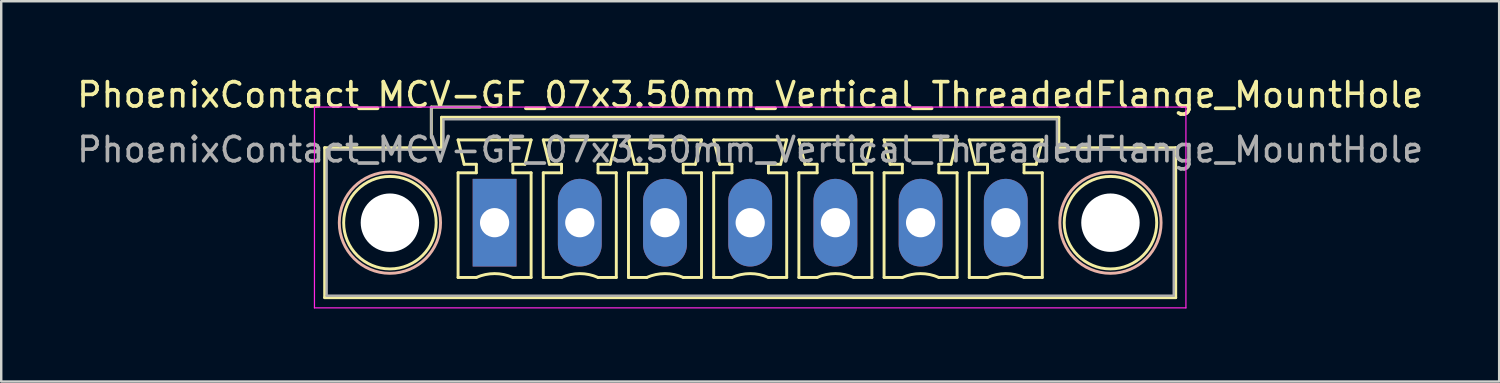
<source format=kicad_pcb>
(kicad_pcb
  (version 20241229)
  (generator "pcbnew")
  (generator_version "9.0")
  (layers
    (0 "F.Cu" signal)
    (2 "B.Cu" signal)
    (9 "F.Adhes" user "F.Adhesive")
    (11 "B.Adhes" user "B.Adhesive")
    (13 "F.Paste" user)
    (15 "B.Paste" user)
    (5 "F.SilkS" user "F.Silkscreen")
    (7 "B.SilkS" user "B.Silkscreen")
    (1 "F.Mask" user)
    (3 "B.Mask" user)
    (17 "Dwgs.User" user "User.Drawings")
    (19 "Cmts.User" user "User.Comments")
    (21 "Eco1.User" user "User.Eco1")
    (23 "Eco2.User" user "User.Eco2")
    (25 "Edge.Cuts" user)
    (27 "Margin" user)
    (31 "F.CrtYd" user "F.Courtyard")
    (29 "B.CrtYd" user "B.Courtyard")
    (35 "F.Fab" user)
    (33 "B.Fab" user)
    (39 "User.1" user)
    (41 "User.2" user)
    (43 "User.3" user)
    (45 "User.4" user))
  (footprint "PhoenixContact_MCV-GF_07x3.50mm_Vertical_ThreadedFlange_MountHole"
    (layer "F.Cu")
    (at 17.268 6.098)
    (property "Reference" "PhoenixContact_MCV-GF_07x3.50mm_Vertical_ThreadedFlange_MountHole" (at 10.5 -5.25 0) (layer "F.SilkS") (effects (font (size 1 1) (thickness 0.15))))
    (attr through_hole)
    (fp_line (start -6.98 -3.08) (end -6.98 3.08) (stroke (width 0.12) (type solid)) (layer "F.SilkS"))
    (fp_line (start -6.98 3.08) (end 27.98 3.08) (stroke (width 0.12) (type solid)) (layer "F.SilkS"))
    (fp_line (start -2.6 -4.75) (end -0.6 -4.75) (stroke (width 0.12) (type solid)) (layer "F.SilkS"))
    (fp_line (start -2.6 -3.5) (end -2.6 -4.75) (stroke (width 0.12) (type solid)) (layer "F.SilkS"))
    (fp_line (start -2.18 -4.33) (end -2.18 -3.08) (stroke (width 0.12) (type solid)) (layer "F.SilkS"))
    (fp_line (start -2.18 -3.08) (end -6.98 -3.08) (stroke (width 0.12) (type solid)) (layer "F.SilkS"))
    (fp_line (start -1.5 -3.4) (end 1.5 -3.4) (stroke (width 0.12) (type solid)) (layer "F.SilkS"))
    (fp_line (start -1.5 -2.05) (end -0.75 -2.05) (stroke (width 0.12) (type solid)) (layer "F.SilkS"))
    (fp_line (start -1.5 2.25) (end -1.5 -2.05) (stroke (width 0.12) (type solid)) (layer "F.SilkS"))
    (fp_line (start -1.25 -2.4) (end -1.5 -3.4) (stroke (width 0.12) (type solid)) (layer "F.SilkS"))
    (fp_line (start -0.75 -2.4) (end -1.25 -2.4) (stroke (width 0.12) (type solid)) (layer "F.SilkS"))
    (fp_line (start -0.75 -2.05) (end -0.75 -2.4) (stroke (width 0.12) (type solid)) (layer "F.SilkS"))
    (fp_line (start -0.75 2.25) (end -1.5 2.25) (stroke (width 0.12) (type solid)) (layer "F.SilkS"))
    (fp_line (start 0.75 -2.4) (end 0.75 -2.05) (stroke (width 0.12) (type solid)) (layer "F.SilkS"))
    (fp_line (start 0.75 -2.05) (end 1.5 -2.05) (stroke (width 0.12) (type solid)) (layer "F.SilkS"))
    (fp_line (start 1.25 -2.4) (end 0.75 -2.4) (stroke (width 0.12) (type solid)) (layer "F.SilkS"))
    (fp_line (start 1.5 -3.4) (end 1.25 -2.4) (stroke (width 0.12) (type solid)) (layer "F.SilkS"))
    (fp_line (start 1.5 -2.05) (end 1.5 2.25) (stroke (width 0.12) (type solid)) (layer "F.SilkS"))
    (fp_line (start 1.5 2.25) (end 0.75 2.25) (stroke (width 0.12) (type solid)) (layer "F.SilkS"))
    (fp_line (start 2 -3.4) (end 5 -3.4) (stroke (width 0.12) (type solid)) (layer "F.SilkS"))
    (fp_line (start 2 -2.05) (end 2.75 -2.05) (stroke (width 0.12) (type solid)) (layer "F.SilkS"))
    (fp_line (start 2 2.25) (end 2 -2.05) (stroke (width 0.12) (type solid)) (layer "F.SilkS"))
    (fp_line (start 2.25 -2.4) (end 2 -3.4) (stroke (width 0.12) (type solid)) (layer "F.SilkS"))
    (fp_line (start 2.75 -2.4) (end 2.25 -2.4) (stroke (width 0.12) (type solid)) (layer "F.SilkS"))
    (fp_line (start 2.75 -2.05) (end 2.75 -2.4) (stroke (width 0.12) (type solid)) (layer "F.SilkS"))
    (fp_line (start 2.75 2.25) (end 2 2.25) (stroke (width 0.12) (type solid)) (layer "F.SilkS"))
    (fp_line (start 4.25 -2.4) (end 4.25 -2.05) (stroke (width 0.12) (type solid)) (layer "F.SilkS"))
    (fp_line (start 4.25 -2.05) (end 5 -2.05) (stroke (width 0.12) (type solid)) (layer "F.SilkS"))
    (fp_line (start 4.75 -2.4) (end 4.25 -2.4) (stroke (width 0.12) (type solid)) (layer "F.SilkS"))
    (fp_line (start 5 -3.4) (end 4.75 -2.4) (stroke (width 0.12) (type solid)) (layer "F.SilkS"))
    (fp_line (start 5 -2.05) (end 5 2.25) (stroke (width 0.12) (type solid)) (layer "F.SilkS"))
    (fp_line (start 5 2.25) (end 4.25 2.25) (stroke (width 0.12) (type solid)) (layer "F.SilkS"))
    (fp_line (start 5.5 -3.4) (end 8.5 -3.4) (stroke (width 0.12) (type solid)) (layer "F.SilkS"))
    (fp_line (start 5.5 -2.05) (end 6.25 -2.05) (stroke (width 0.12) (type solid)) (layer "F.SilkS"))
    (fp_line (start 5.5 2.25) (end 5.5 -2.05) (stroke (width 0.12) (type solid)) (layer "F.SilkS"))
    (fp_line (start 5.75 -2.4) (end 5.5 -3.4) (stroke (width 0.12) (type solid)) (layer "F.SilkS"))
    (fp_line (start 6.25 -2.4) (end 5.75 -2.4) (stroke (width 0.12) (type solid)) (layer "F.SilkS"))
    (fp_line (start 6.25 -2.05) (end 6.25 -2.4) (stroke (width 0.12) (type solid)) (layer "F.SilkS"))
    (fp_line (start 6.25 2.25) (end 5.5 2.25) (stroke (width 0.12) (type solid)) (layer "F.SilkS"))
    (fp_line (start 7.75 -2.4) (end 7.75 -2.05) (stroke (width 0.12) (type solid)) (layer "F.SilkS"))
    (fp_line (start 7.75 -2.05) (end 8.5 -2.05) (stroke (width 0.12) (type solid)) (layer "F.SilkS"))
    (fp_line (start 8.25 -2.4) (end 7.75 -2.4) (stroke (width 0.12) (type solid)) (layer "F.SilkS"))
    (fp_line (start 8.5 -3.4) (end 8.25 -2.4) (stroke (width 0.12) (type solid)) (layer "F.SilkS"))
    (fp_line (start 8.5 -2.05) (end 8.5 2.25) (stroke (width 0.12) (type solid)) (layer "F.SilkS"))
    (fp_line (start 8.5 2.25) (end 7.75 2.25) (stroke (width 0.12) (type solid)) (layer "F.SilkS"))
    (fp_line (start 9 -3.4) (end 12 -3.4) (stroke (width 0.12) (type solid)) (layer "F.SilkS"))
    (fp_line (start 9 -2.05) (end 9.75 -2.05) (stroke (width 0.12) (type solid)) (layer "F.SilkS"))
    (fp_line (start 9 2.25) (end 9 -2.05) (stroke (width 0.12) (type solid)) (layer "F.SilkS"))
    (fp_line (start 9.25 -2.4) (end 9 -3.4) (stroke (width 0.12) (type solid)) (layer "F.SilkS"))
    (fp_line (start 9.75 -2.4) (end 9.25 -2.4) (stroke (width 0.12) (type solid)) (layer "F.SilkS"))
    (fp_line (start 9.75 -2.05) (end 9.75 -2.4) (stroke (width 0.12) (type solid)) (layer "F.SilkS"))
    (fp_line (start 9.75 2.25) (end 9 2.25) (stroke (width 0.12) (type solid)) (layer "F.SilkS"))
    (fp_line (start 11.25 -2.4) (end 11.25 -2.05) (stroke (width 0.12) (type solid)) (layer "F.SilkS"))
    (fp_line (start 11.25 -2.05) (end 12 -2.05) (stroke (width 0.12) (type solid)) (layer "F.SilkS"))
    (fp_line (start 11.75 -2.4) (end 11.25 -2.4) (stroke (width 0.12) (type solid)) (layer "F.SilkS"))
    (fp_line (start 12 -3.4) (end 11.75 -2.4) (stroke (width 0.12) (type solid)) (layer "F.SilkS"))
    (fp_line (start 12 -2.05) (end 12 2.25) (stroke (width 0.12) (type solid)) (layer "F.SilkS"))
    (fp_line (start 12 2.25) (end 11.25 2.25) (stroke (width 0.12) (type solid)) (layer "F.SilkS"))
    (fp_line (start 12.5 -3.4) (end 15.5 -3.4) (stroke (width 0.12) (type solid)) (layer "F.SilkS"))
    (fp_line (start 12.5 -2.05) (end 13.25 -2.05) (stroke (width 0.12) (type solid)) (layer "F.SilkS"))
    (fp_line (start 12.5 2.25) (end 12.5 -2.05) (stroke (width 0.12) (type solid)) (layer "F.SilkS"))
    (fp_line (start 12.75 -2.4) (end 12.5 -3.4) (stroke (width 0.12) (type solid)) (layer "F.SilkS"))
    (fp_line (start 13.25 -2.4) (end 12.75 -2.4) (stroke (width 0.12) (type solid)) (layer "F.SilkS"))
    (fp_line (start 13.25 -2.05) (end 13.25 -2.4) (stroke (width 0.12) (type solid)) (layer "F.SilkS"))
    (fp_line (start 13.25 2.25) (end 12.5 2.25) (stroke (width 0.12) (type solid)) (layer "F.SilkS"))
    (fp_line (start 14.75 -2.4) (end 14.75 -2.05) (stroke (width 0.12) (type solid)) (layer "F.SilkS"))
    (fp_line (start 14.75 -2.05) (end 15.5 -2.05) (stroke (width 0.12) (type solid)) (layer "F.SilkS"))
    (fp_line (start 15.25 -2.4) (end 14.75 -2.4) (stroke (width 0.12) (type solid)) (layer "F.SilkS"))
    (fp_line (start 15.5 -3.4) (end 15.25 -2.4) (stroke (width 0.12) (type solid)) (layer "F.SilkS"))
    (fp_line (start 15.5 -2.05) (end 15.5 2.25) (stroke (width 0.12) (type solid)) (layer "F.SilkS"))
    (fp_line (start 15.5 2.25) (end 14.75 2.25) (stroke (width 0.12) (type solid)) (layer "F.SilkS"))
    (fp_line (start 16 -3.4) (end 19 -3.4) (stroke (width 0.12) (type solid)) (layer "F.SilkS"))
    (fp_line (start 16 -2.05) (end 16.75 -2.05) (stroke (width 0.12) (type solid)) (layer "F.SilkS"))
    (fp_line (start 16 2.25) (end 16 -2.05) (stroke (width 0.12) (type solid)) (layer "F.SilkS"))
    (fp_line (start 16.25 -2.4) (end 16 -3.4) (stroke (width 0.12) (type solid)) (layer "F.SilkS"))
    (fp_line (start 16.75 -2.4) (end 16.25 -2.4) (stroke (width 0.12) (type solid)) (layer "F.SilkS"))
    (fp_line (start 16.75 -2.05) (end 16.75 -2.4) (stroke (width 0.12) (type solid)) (layer "F.SilkS"))
    (fp_line (start 16.75 2.25) (end 16 2.25) (stroke (width 0.12) (type solid)) (layer "F.SilkS"))
    (fp_line (start 18.25 -2.4) (end 18.25 -2.05) (stroke (width 0.12) (type solid)) (layer "F.SilkS"))
    (fp_line (start 18.25 -2.05) (end 19 -2.05) (stroke (width 0.12) (type solid)) (layer "F.SilkS"))
    (fp_line (start 18.75 -2.4) (end 18.25 -2.4) (stroke (width 0.12) (type solid)) (layer "F.SilkS"))
    (fp_line (start 19 -3.4) (end 18.75 -2.4) (stroke (width 0.12) (type solid)) (layer "F.SilkS"))
    (fp_line (start 19 -2.05) (end 19 2.25) (stroke (width 0.12) (type solid)) (layer "F.SilkS"))
    (fp_line (start 19 2.25) (end 18.25 2.25) (stroke (width 0.12) (type solid)) (layer "F.SilkS"))
    (fp_line (start 19.5 -3.4) (end 22.5 -3.4) (stroke (width 0.12) (type solid)) (layer "F.SilkS"))
    (fp_line (start 19.5 -2.05) (end 20.25 -2.05) (stroke (width 0.12) (type solid)) (layer "F.SilkS"))
    (fp_line (start 19.5 2.25) (end 19.5 -2.05) (stroke (width 0.12) (type solid)) (layer "F.SilkS"))
    (fp_line (start 19.75 -2.4) (end 19.5 -3.4) (stroke (width 0.12) (type solid)) (layer "F.SilkS"))
    (fp_line (start 20.25 -2.4) (end 19.75 -2.4) (stroke (width 0.12) (type solid)) (layer "F.SilkS"))
    (fp_line (start 20.25 -2.05) (end 20.25 -2.4) (stroke (width 0.12) (type solid)) (layer "F.SilkS"))
    (fp_line (start 20.25 2.25) (end 19.5 2.25) (stroke (width 0.12) (type solid)) (layer "F.SilkS"))
    (fp_line (start 21.75 -2.4) (end 21.75 -2.05) (stroke (width 0.12) (type solid)) (layer "F.SilkS"))
    (fp_line (start 21.75 -2.05) (end 22.5 -2.05) (stroke (width 0.12) (type solid)) (layer "F.SilkS"))
    (fp_line (start 22.25 -2.4) (end 21.75 -2.4) (stroke (width 0.12) (type solid)) (layer "F.SilkS"))
    (fp_line (start 22.5 -3.4) (end 22.25 -2.4) (stroke (width 0.12) (type solid)) (layer "F.SilkS"))
    (fp_line (start 22.5 -2.05) (end 22.5 2.25) (stroke (width 0.12) (type solid)) (layer "F.SilkS"))
    (fp_line (start 22.5 2.25) (end 21.75 2.25) (stroke (width 0.12) (type solid)) (layer "F.SilkS"))
    (fp_line (start 23.18 -4.33) (end -2.18 -4.33) (stroke (width 0.12) (type solid)) (layer "F.SilkS"))
    (fp_line (start 23.18 -3.08) (end 23.18 -4.33) (stroke (width 0.12) (type solid)) (layer "F.SilkS"))
    (fp_line (start 27.98 -3.08) (end 23.18 -3.08) (stroke (width 0.12) (type solid)) (layer "F.SilkS"))
    (fp_line (start 27.98 3.08) (end 27.98 -3.08) (stroke (width 0.12) (type solid)) (layer "F.SilkS"))
    (fp_arc (start -0.75 2.25) (mid -0.000193 2.09191) (end 0.749647 2.249844) (stroke (width 0.12) (type solid)) (layer "F.SilkS"))
    (fp_arc (start 2.75 2.25) (mid 3.499807 2.09191) (end 4.249647 2.249844) (stroke (width 0.12) (type solid)) (layer "F.SilkS"))
    (fp_arc (start 6.25 2.25) (mid 6.999807 2.09191) (end 7.749647 2.249844) (stroke (width 0.12) (type solid)) (layer "F.SilkS"))
    (fp_arc (start 9.75 2.25) (mid 10.499807 2.09191) (end 11.249647 2.249844) (stroke (width 0.12) (type solid)) (layer "F.SilkS"))
    (fp_arc (start 13.25 2.25) (mid 13.999807 2.09191) (end 14.749647 2.249844) (stroke (width 0.12) (type solid)) (layer "F.SilkS"))
    (fp_arc (start 16.75 2.25) (mid 17.499807 2.09191) (end 18.249647 2.249844) (stroke (width 0.12) (type solid)) (layer "F.SilkS"))
    (fp_arc (start 20.25 2.25) (mid 20.999807 2.09191) (end 21.749647 2.249844) (stroke (width 0.12) (type solid)) (layer "F.SilkS"))
    (fp_circle (center -4.3 0) (end -2.4 0) (stroke (width 0.12) (type solid)) (fill no) (layer "F.SilkS"))
    (fp_circle (center 25.3 0) (end 27.2 0) (stroke (width 0.12) (type solid)) (fill no) (layer "F.SilkS"))
    (fp_circle (center -4.3 0) (end -2.22 0) (stroke (width 0.12) (type solid)) (fill no) (layer "B.SilkS"))
    (fp_circle (center 25.3 0) (end 27.38 0) (stroke (width 0.12) (type solid)) (fill no) (layer "B.SilkS"))
    (fp_line (start -7.4 -4.75) (end -7.4 3.5) (stroke (width 0.05) (type solid)) (layer "F.CrtYd"))
    (fp_line (start -7.4 3.5) (end 28.4 3.5) (stroke (width 0.05) (type solid)) (layer "F.CrtYd"))
    (fp_line (start 28.4 -4.75) (end -7.4 -4.75) (stroke (width 0.05) (type solid)) (layer "F.CrtYd"))
    (fp_line (start 28.4 3.5) (end 28.4 -4.75) (stroke (width 0.05) (type solid)) (layer "F.CrtYd"))
    (fp_line (start -6.9 -3) (end -6.9 3) (stroke (width 0.1) (type solid)) (layer "F.Fab"))
    (fp_line (start -6.9 3) (end 27.9 3) (stroke (width 0.1) (type solid)) (layer "F.Fab"))
    (fp_line (start -2.6 -4.75) (end -0.6 -4.75) (stroke (width 0.1) (type solid)) (layer "F.Fab"))
    (fp_line (start -2.6 -3.5) (end -2.6 -4.75) (stroke (width 0.1) (type solid)) (layer "F.Fab"))
    (fp_line (start -2.1 -4.25) (end -2.1 -3) (stroke (width 0.1) (type solid)) (layer "F.Fab"))
    (fp_line (start -2.1 -3) (end -6.9 -3) (stroke (width 0.1) (type solid)) (layer "F.Fab"))
    (fp_line (start 23.1 -4.25) (end -2.1 -4.25) (stroke (width 0.1) (type solid)) (layer "F.Fab"))
    (fp_line (start 23.1 -3) (end 23.1 -4.25) (stroke (width 0.1) (type solid)) (layer "F.Fab"))
    (fp_line (start 27.9 -3) (end 23.1 -3) (stroke (width 0.1) (type solid)) (layer "F.Fab"))
    (fp_line (start 27.9 3) (end 27.9 -3) (stroke (width 0.1) (type solid)) (layer "F.Fab"))
    (fp_text user "${REFERENCE}" (at 10.5 -3 0) (layer "F.Fab") (effects (font (size 1 1) (thickness 0.15))))
    (pad "" np_thru_hole circle (at -4.3 0) (size 2.4 2.4) (drill 2.4) (layers "*.Cu" "*.Mask"))
    (pad "" np_thru_hole circle (at 25.3 0) (size 2.4 2.4) (drill 2.4) (layers "*.Cu" "*.Mask"))
    (pad "1" thru_hole rect (at 0 0) (size 1.8 3.6) (drill 1.2) (layers "*.Cu" "*.Mask"))
    (pad "2" thru_hole oval (at 3.5 0) (size 1.8 3.6) (drill 1.2) (layers "*.Cu" "*.Mask"))
    (pad "3" thru_hole oval (at 7 0) (size 1.8 3.6) (drill 1.2) (layers "*.Cu" "*.Mask"))
    (pad "4" thru_hole oval (at 10.5 0) (size 1.8 3.6) (drill 1.2) (layers "*.Cu" "*.Mask"))
    (pad "5" thru_hole oval (at 14 0) (size 1.8 3.6) (drill 1.2) (layers "*.Cu" "*.Mask"))
    (pad "6" thru_hole oval (at 17.5 0) (size 1.8 3.6) (drill 1.2) (layers "*.Cu" "*.Mask"))
    (pad "7" thru_hole oval (at 21 0) (size 1.8 3.6) (drill 1.2) (layers "*.Cu" "*.Mask")))
  (gr_rect
    (start -3 -3)
    (end 58.536 12.623)
    (stroke (width 0.1) (type default))
    (fill no)
    (layer "Edge.Cuts")))
</source>
